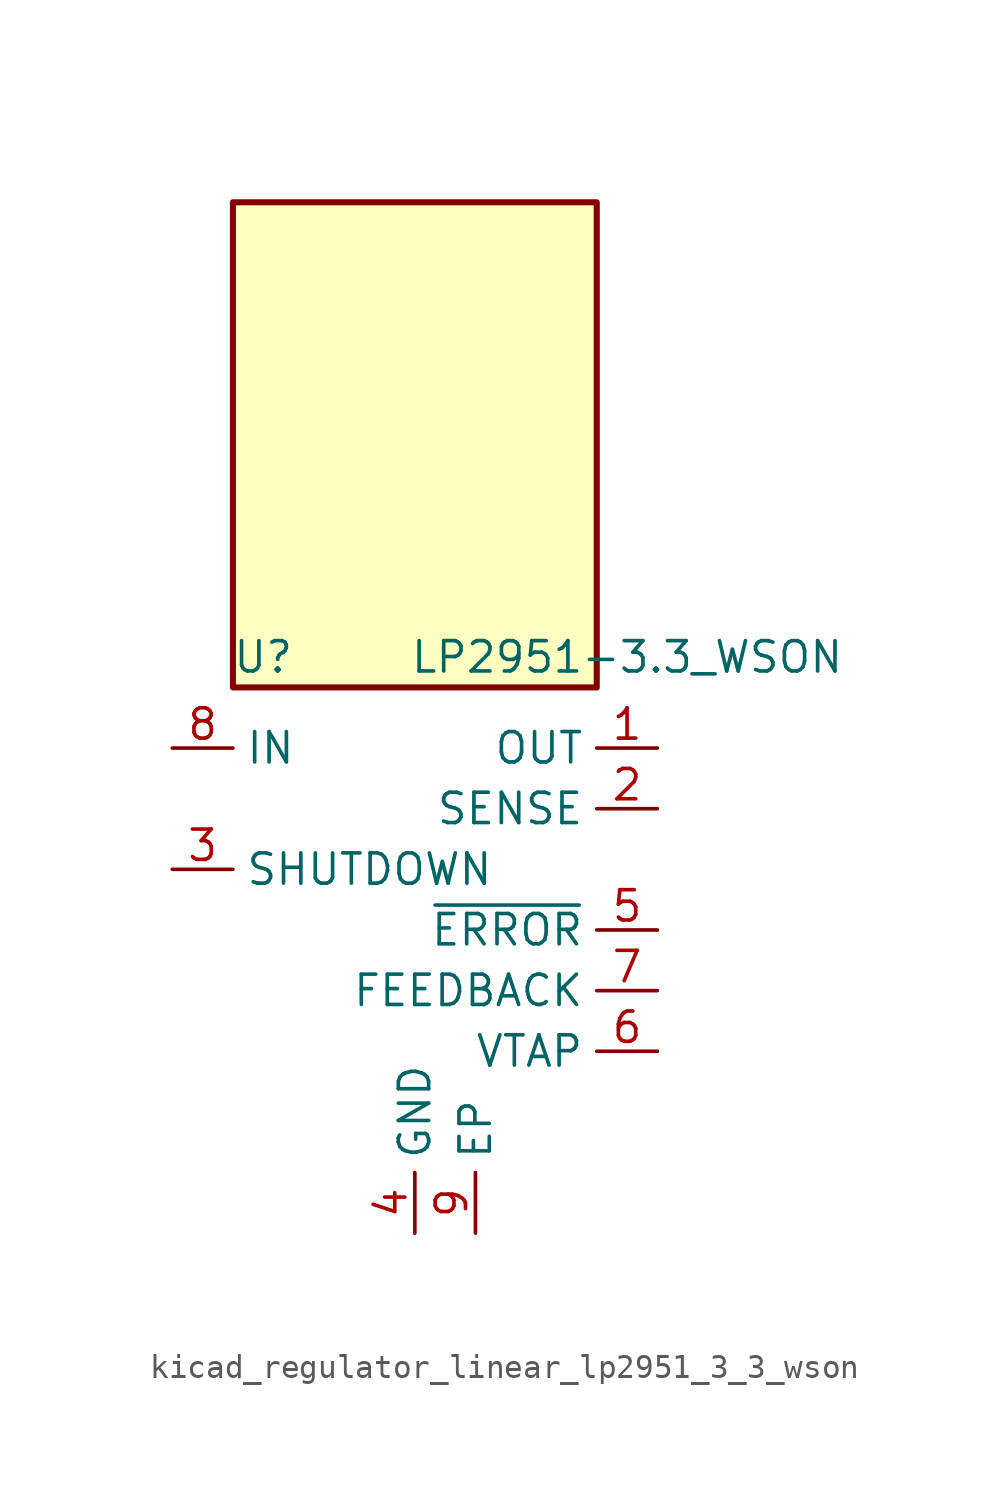
<source format=kicad_sym>
(kicad_symbol_lib
  (version 20220914)
  (generator kicad_symbol_editor)
  (symbol "kicad_regulator_linear_lp2951_3_3_wson"
    (property "Reference" "U"
      (at -6.35 11.43 0)
      (effects (font (size 1.27 1.27))))
    (property "Value" "LP2951-3.3_WSON"
      (at 8.89 11.43 0)
      (effects (font (size 1.27 1.27))))
    (symbol "kicad_regulator_linear_lp2951_3_3_wson_0_1"
      (rectangle (start 7.62 30.48) (end -7.62 10.16) (stroke (width 0.254) (type default)) (fill (type background))))
    (symbol "kicad_regulator_linear_lp2951_3_3_wson_1_1"
      (pin power_out line (at 10.16 7.62 180) (length 2.54) (name "OUT" (effects (font (size 1.27 1.27)))) (number "1" (effects (font (size 1.27 1.27)))))
      (pin passive line (at 10.16 5.08 180) (length 2.54) (name "SENSE" (effects (font (size 1.27 1.27)))) (number "2" (effects (font (size 1.27 1.27)))))
      (pin input line (at -10.16 2.54 0) (length 2.54) (name "SHUTDOWN" (effects (font (size 1.27 1.27)))) (number "3" (effects (font (size 1.27 1.27)))))
      (pin power_in line (at 0 -12.7 90) (length 2.54) (name "GND" (effects (font (size 1.27 1.27)))) (number "4" (effects (font (size 1.27 1.27)))))
      (pin open_collector line (at 10.16 0 180) (length 2.54) (name "~{ERROR}" (effects (font (size 1.27 1.27)))) (number "5" (effects (font (size 1.27 1.27)))))
      (pin input line (at 10.16 -5.08 180) (length 2.54) (name "VTAP" (effects (font (size 1.27 1.27)))) (number "6" (effects (font (size 1.27 1.27)))))
      (pin input line (at 10.16 -2.54 180) (length 2.54) (name "FEEDBACK" (effects (font (size 1.27 1.27)))) (number "7" (effects (font (size 1.27 1.27)))))
      (pin power_in line (at -10.16 7.62 0) (length 2.54) (name "IN" (effects (font (size 1.27 1.27)))) (number "8" (effects (font (size 1.27 1.27)))))
      (pin passive line (at 2.54 -12.7 90) (length 2.54) (name "EP" (effects (font (size 1.27 1.27)))) (number "9" (effects (font (size 1.27 1.27))))))))
</source>
